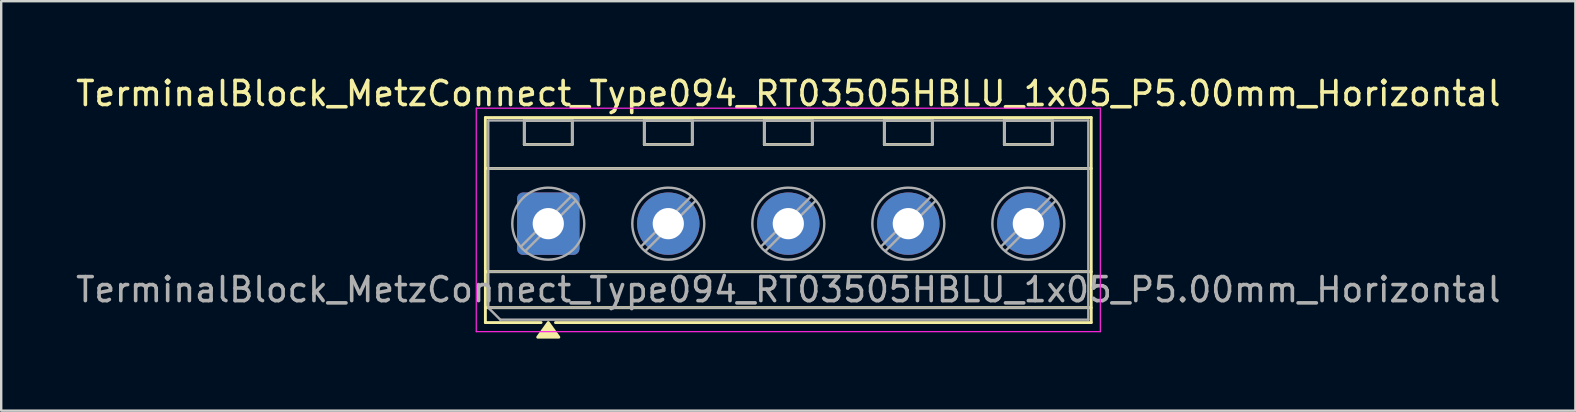
<source format=kicad_pcb>
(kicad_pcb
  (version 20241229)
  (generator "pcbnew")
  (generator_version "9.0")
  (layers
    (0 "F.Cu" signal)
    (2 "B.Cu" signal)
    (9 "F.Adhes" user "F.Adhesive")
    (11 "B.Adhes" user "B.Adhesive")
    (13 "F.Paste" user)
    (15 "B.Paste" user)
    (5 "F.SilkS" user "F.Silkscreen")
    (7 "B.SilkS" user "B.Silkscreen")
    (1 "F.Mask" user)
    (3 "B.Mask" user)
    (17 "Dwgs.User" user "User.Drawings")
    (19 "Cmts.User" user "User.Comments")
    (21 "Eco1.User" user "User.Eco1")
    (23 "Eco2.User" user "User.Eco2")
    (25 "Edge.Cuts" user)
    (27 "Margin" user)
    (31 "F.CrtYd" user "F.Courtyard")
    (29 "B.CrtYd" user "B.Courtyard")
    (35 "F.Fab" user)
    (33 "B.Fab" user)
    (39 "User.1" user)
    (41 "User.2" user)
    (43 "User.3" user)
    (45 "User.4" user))
  (footprint "TerminalBlock_MetzConnect_Type094_RT03505HBLU_1x05_P5.00mm_Horizontal"
    (layer "F.Cu")
    (at 19.792 6.268)
    (property "Reference" "TerminalBlock_MetzConnect_Type094_RT03505HBLU_1x05_P5.00mm_Horizontal" (at 10 -5.42 0) (layer "F.SilkS") (effects (font (size 1 1) (thickness 0.15))))
    (attr through_hole)
    (fp_line (start -2.62 -4.42) (end -2.62 4.12) (stroke (width 0.12) (type solid)) (layer "F.SilkS"))
    (fp_line (start -2.62 -4.42) (end 22.62 -4.42) (stroke (width 0.12) (type solid)) (layer "F.SilkS"))
    (fp_line (start -2.62 -2.3) (end 22.62 -2.3) (stroke (width 0.12) (type solid)) (layer "F.SilkS"))
    (fp_line (start -2.62 2) (end 22.62 2) (stroke (width 0.12) (type solid)) (layer "F.SilkS"))
    (fp_line (start -2.62 3.5) (end 22.62 3.5) (stroke (width 0.12) (type solid)) (layer "F.SilkS"))
    (fp_line (start -2.62 4.12) (end -0.3 4.12) (stroke (width 0.12) (type solid)) (layer "F.SilkS"))
    (fp_line (start -1 -4.3) (end -1 -3.3) (stroke (width 0.12) (type solid)) (layer "F.SilkS"))
    (fp_line (start -1 -4.3) (end 1 -4.3) (stroke (width 0.12) (type solid)) (layer "F.SilkS"))
    (fp_line (start -1 -3.3) (end 1 -3.3) (stroke (width 0.12) (type solid)) (layer "F.SilkS"))
    (fp_line (start 0.3 4.12) (end 22.62 4.12) (stroke (width 0.12) (type solid)) (layer "F.SilkS"))
    (fp_line (start 1 -4.3) (end 1 -3.3) (stroke (width 0.12) (type solid)) (layer "F.SilkS"))
    (fp_line (start 4 -4.3) (end 4 -3.3) (stroke (width 0.12) (type solid)) (layer "F.SilkS"))
    (fp_line (start 4 -4.3) (end 6 -4.3) (stroke (width 0.12) (type solid)) (layer "F.SilkS"))
    (fp_line (start 4 -3.3) (end 6 -3.3) (stroke (width 0.12) (type solid)) (layer "F.SilkS"))
    (fp_line (start 6 -4.3) (end 6 -3.3) (stroke (width 0.12) (type solid)) (layer "F.SilkS"))
    (fp_line (start 9 -4.3) (end 9 -3.3) (stroke (width 0.12) (type solid)) (layer "F.SilkS"))
    (fp_line (start 9 -4.3) (end 11 -4.3) (stroke (width 0.12) (type solid)) (layer "F.SilkS"))
    (fp_line (start 9 -3.3) (end 11 -3.3) (stroke (width 0.12) (type solid)) (layer "F.SilkS"))
    (fp_line (start 11 -4.3) (end 11 -3.3) (stroke (width 0.12) (type solid)) (layer "F.SilkS"))
    (fp_line (start 14 -4.3) (end 14 -3.3) (stroke (width 0.12) (type solid)) (layer "F.SilkS"))
    (fp_line (start 14 -4.3) (end 16 -4.3) (stroke (width 0.12) (type solid)) (layer "F.SilkS"))
    (fp_line (start 14 -3.3) (end 16 -3.3) (stroke (width 0.12) (type solid)) (layer "F.SilkS"))
    (fp_line (start 16 -4.3) (end 16 -3.3) (stroke (width 0.12) (type solid)) (layer "F.SilkS"))
    (fp_line (start 19 -4.3) (end 19 -3.3) (stroke (width 0.12) (type solid)) (layer "F.SilkS"))
    (fp_line (start 19 -4.3) (end 21 -4.3) (stroke (width 0.12) (type solid)) (layer "F.SilkS"))
    (fp_line (start 19 -3.3) (end 21 -3.3) (stroke (width 0.12) (type solid)) (layer "F.SilkS"))
    (fp_line (start 21 -4.3) (end 21 -3.3) (stroke (width 0.12) (type solid)) (layer "F.SilkS"))
    (fp_line (start 22.62 -4.42) (end 22.62 4.12) (stroke (width 0.12) (type solid)) (layer "F.SilkS"))
    (fp_poly (pts (xy 0 4.12) (xy 0.44 4.73) (xy -0.44 4.73)) (stroke (width 0.12) (type solid)) (fill yes) (layer "F.SilkS"))
    (fp_line (start -3 -4.81) (end -3 4.5) (stroke (width 0.05) (type solid)) (layer "F.CrtYd"))
    (fp_line (start -3 4.5) (end 23 4.5) (stroke (width 0.05) (type solid)) (layer "F.CrtYd"))
    (fp_line (start 23 -4.81) (end -3 -4.81) (stroke (width 0.05) (type solid)) (layer "F.CrtYd"))
    (fp_line (start 23 4.5) (end 23 -4.81) (stroke (width 0.05) (type solid)) (layer "F.CrtYd"))
    (fp_line (start -2.5 -4.3) (end 22.5 -4.3) (stroke (width 0.1) (type solid)) (layer "F.Fab"))
    (fp_line (start -2.5 -2.3) (end 22.5 -2.3) (stroke (width 0.1) (type solid)) (layer "F.Fab"))
    (fp_line (start -2.5 2) (end 22.5 2) (stroke (width 0.1) (type solid)) (layer "F.Fab"))
    (fp_line (start -2.5 3.5) (end -2.5 -4.3) (stroke (width 0.1) (type solid)) (layer "F.Fab"))
    (fp_line (start -2.5 3.5) (end 22.5 3.5) (stroke (width 0.1) (type solid)) (layer "F.Fab"))
    (fp_line (start -2 4) (end -2.5 3.5) (stroke (width 0.1) (type solid)) (layer "F.Fab"))
    (fp_line (start -1 -4.3) (end -1 -3.3) (stroke (width 0.1) (type solid)) (layer "F.Fab"))
    (fp_line (start -1 -3.3) (end 1 -3.3) (stroke (width 0.1) (type solid)) (layer "F.Fab"))
    (fp_line (start 0.955 -1.138) (end -1.138 0.954) (stroke (width 0.1) (type solid)) (layer "F.Fab"))
    (fp_line (start 1 -4.3) (end -1 -4.3) (stroke (width 0.1) (type solid)) (layer "F.Fab"))
    (fp_line (start 1 -3.3) (end 1 -4.3) (stroke (width 0.1) (type solid)) (layer "F.Fab"))
    (fp_line (start 1.138 -0.954) (end -0.955 1.137) (stroke (width 0.1) (type solid)) (layer "F.Fab"))
    (fp_line (start 4 -4.3) (end 4 -3.3) (stroke (width 0.1) (type solid)) (layer "F.Fab"))
    (fp_line (start 4 -3.3) (end 6 -3.3) (stroke (width 0.1) (type solid)) (layer "F.Fab"))
    (fp_line (start 5.955 -1.138) (end 3.862 0.954) (stroke (width 0.1) (type solid)) (layer "F.Fab"))
    (fp_line (start 6 -4.3) (end 4 -4.3) (stroke (width 0.1) (type solid)) (layer "F.Fab"))
    (fp_line (start 6 -3.3) (end 6 -4.3) (stroke (width 0.1) (type solid)) (layer "F.Fab"))
    (fp_line (start 6.138 -0.954) (end 4.045 1.137) (stroke (width 0.1) (type solid)) (layer "F.Fab"))
    (fp_line (start 9 -4.3) (end 9 -3.3) (stroke (width 0.1) (type solid)) (layer "F.Fab"))
    (fp_line (start 9 -3.3) (end 11 -3.3) (stroke (width 0.1) (type solid)) (layer "F.Fab"))
    (fp_line (start 10.955 -1.138) (end 8.862 0.954) (stroke (width 0.1) (type solid)) (layer "F.Fab"))
    (fp_line (start 11 -4.3) (end 9 -4.3) (stroke (width 0.1) (type solid)) (layer "F.Fab"))
    (fp_line (start 11 -3.3) (end 11 -4.3) (stroke (width 0.1) (type solid)) (layer "F.Fab"))
    (fp_line (start 11.138 -0.954) (end 9.045 1.137) (stroke (width 0.1) (type solid)) (layer "F.Fab"))
    (fp_line (start 14 -4.3) (end 14 -3.3) (stroke (width 0.1) (type solid)) (layer "F.Fab"))
    (fp_line (start 14 -3.3) (end 16 -3.3) (stroke (width 0.1) (type solid)) (layer "F.Fab"))
    (fp_line (start 15.955 -1.138) (end 13.862 0.954) (stroke (width 0.1) (type solid)) (layer "F.Fab"))
    (fp_line (start 16 -4.3) (end 14 -4.3) (stroke (width 0.1) (type solid)) (layer "F.Fab"))
    (fp_line (start 16 -3.3) (end 16 -4.3) (stroke (width 0.1) (type solid)) (layer "F.Fab"))
    (fp_line (start 16.138 -0.954) (end 14.045 1.137) (stroke (width 0.1) (type solid)) (layer "F.Fab"))
    (fp_line (start 19 -4.3) (end 19 -3.3) (stroke (width 0.1) (type solid)) (layer "F.Fab"))
    (fp_line (start 19 -3.3) (end 21 -3.3) (stroke (width 0.1) (type solid)) (layer "F.Fab"))
    (fp_line (start 20.955 -1.138) (end 18.862 0.954) (stroke (width 0.1) (type solid)) (layer "F.Fab"))
    (fp_line (start 21 -4.3) (end 19 -4.3) (stroke (width 0.1) (type solid)) (layer "F.Fab"))
    (fp_line (start 21 -3.3) (end 21 -4.3) (stroke (width 0.1) (type solid)) (layer "F.Fab"))
    (fp_line (start 21.138 -0.954) (end 19.045 1.137) (stroke (width 0.1) (type solid)) (layer "F.Fab"))
    (fp_line (start 22.5 -4.3) (end 22.5 4) (stroke (width 0.1) (type solid)) (layer "F.Fab"))
    (fp_line (start 22.5 4) (end -2 4) (stroke (width 0.1) (type solid)) (layer "F.Fab"))
    (fp_circle (center 0 0) (end 1.5 0) (stroke (width 0.1) (type solid)) (fill no) (layer "F.Fab"))
    (fp_circle (center 5 0) (end 6.5 0) (stroke (width 0.1) (type solid)) (fill no) (layer "F.Fab"))
    (fp_circle (center 10 0) (end 11.5 0) (stroke (width 0.1) (type solid)) (fill no) (layer "F.Fab"))
    (fp_circle (center 15 0) (end 16.5 0) (stroke (width 0.1) (type solid)) (fill no) (layer "F.Fab"))
    (fp_circle (center 20 0) (end 21.5 0) (stroke (width 0.1) (type solid)) (fill no) (layer "F.Fab"))
    (fp_text user "${REFERENCE}" (at 10 2.75 0) (layer "F.Fab") (effects (font (size 1 1) (thickness 0.15))))
    (pad "1" thru_hole roundrect (at 0 0) (size 2.6 2.6) (drill 1.3) (layers "*.Cu" "*.Mask") (roundrect_rratio 0.096))
    (pad "2" thru_hole circle (at 5 0) (size 2.6 2.6) (drill 1.3) (layers "*.Cu" "*.Mask"))
    (pad "3" thru_hole circle (at 10 0) (size 2.6 2.6) (drill 1.3) (layers "*.Cu" "*.Mask"))
    (pad "4" thru_hole circle (at 15 0) (size 2.6 2.6) (drill 1.3) (layers "*.Cu" "*.Mask"))
    (pad "5" thru_hole circle (at 20 0) (size 2.6 2.6) (drill 1.3) (layers "*.Cu" "*.Mask")))
  (gr_rect
    (start -3 -3)
    (end 62.583 14.058)
    (stroke (width 0.1) (type default))
    (fill no)
    (layer "Edge.Cuts")))
</source>
